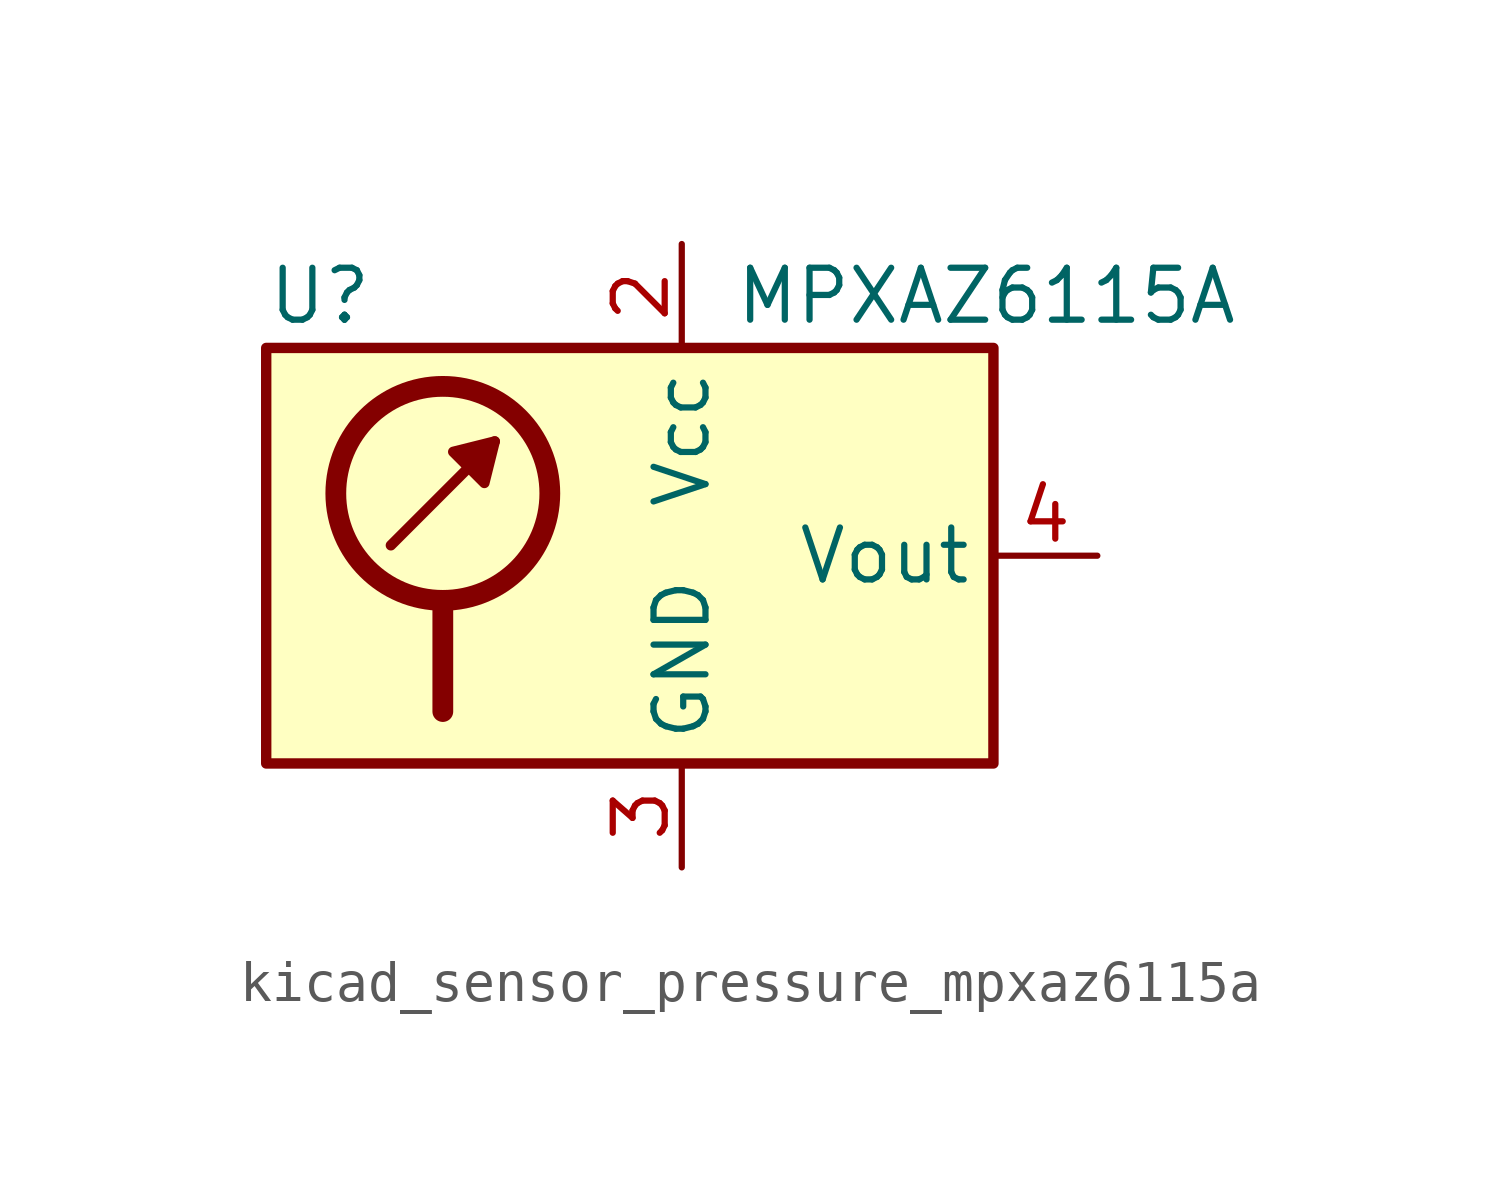
<source format=kicad_sym>
(kicad_symbol_lib
  (version 20220914)
  (generator kicad_symbol_editor)
  (symbol "kicad_sensor_pressure_mpxaz6115a"
    (property "Reference" "U"
      (at -10.16 6.35 0)
      (effects (font (size 1.27 1.27)) (justify left)))
    (property "Value" "MPXAZ6115A"
      (at 1.27 6.35 0)
      (effects (font (size 1.27 1.27)) (justify left)))
    (symbol "kicad_sensor_pressure_mpxaz6115a_0_1"
      (circle (center -5.842 1.524) (radius 2.616) (stroke (width 0.508) (type default)) (fill (type none)))
      (polyline (pts (xy -7.112 0.254) (xy -4.572 2.794)) (stroke (width 0.254) (type default)) (fill (type none)))
      (polyline (pts (xy -5.842 -1.27) (xy -5.842 -3.81)) (stroke (width 0.508) (type default)) (fill (type none)))
      (polyline (pts (xy -4.572 2.794) (xy -4.826 1.778) (xy -5.588 2.54) (xy -4.572 2.794)) (stroke (width 0.254) (type default)) (fill (type outline)))
      (rectangle (start 7.62 5.08) (end -10.16 -5.08) (stroke (width 0.254) (type default)) (fill (type background))))
    (symbol "kicad_sensor_pressure_mpxaz6115a_1_1"
      (pin no_connect line (at 5.08 -5.08 90) (length 2.54) hide (name "NC" (effects (font (size 1.27 1.27)))) (number "1" (effects (font (size 1.27 1.27)))))
      (pin power_in line (at 0 7.62 270) (length 2.54) (name "Vcc" (effects (font (size 1.27 1.27)))) (number "2" (effects (font (size 1.27 1.27)))))
      (pin power_in line (at 0 -7.62 90) (length 2.54) (name "GND" (effects (font (size 1.27 1.27)))) (number "3" (effects (font (size 1.27 1.27)))))
      (pin output line (at 10.16 0 180) (length 2.54) (name "Vout" (effects (font (size 1.27 1.27)))) (number "4" (effects (font (size 1.27 1.27)))))
      (pin no_connect line (at -7.62 -5.08 90) (length 2.54) hide (name "NC" (effects (font (size 1.27 1.27)))) (number "5" (effects (font (size 1.27 1.27)))))
      (pin no_connect line (at -5.08 -5.08 90) (length 2.54) hide (name "NC" (effects (font (size 1.27 1.27)))) (number "6" (effects (font (size 1.27 1.27)))))
      (pin no_connect line (at -2.54 -5.08 90) (length 2.54) hide (name "NC" (effects (font (size 1.27 1.27)))) (number "7" (effects (font (size 1.27 1.27)))))
      (pin no_connect line (at 2.54 -5.08 90) (length 2.54) hide (name "NC" (effects (font (size 1.27 1.27)))) (number "8" (effects (font (size 1.27 1.27))))))))
</source>
